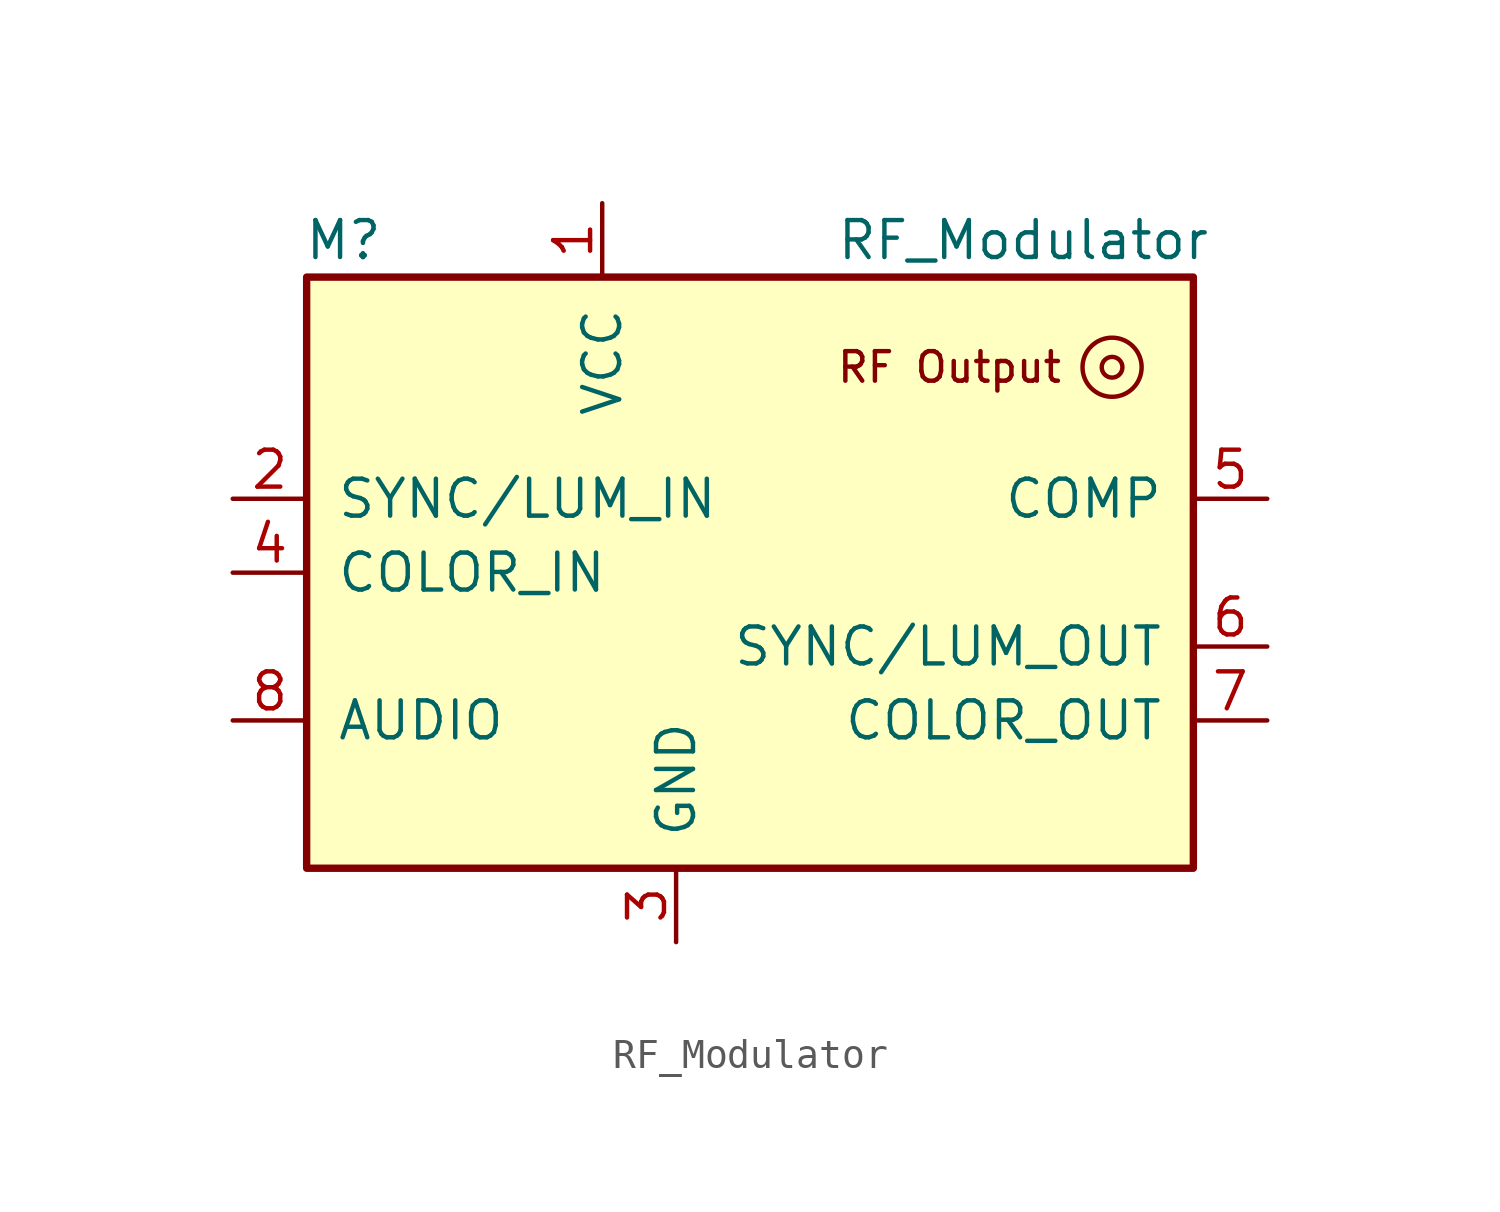
<source format=kicad_sym>
(kicad_symbol_lib
  (version 20220914)
  (generator kicad_symbol_editor)
  (symbol "RF_Modulator"
    (pin_names
      (offset 1.016))
    (property "Reference" "M"
      (at -13.97 11.43 0)
      (effects (font (size 1.27 1.27))))
    (property "Value" "RF_Modulator"
      (at 9.398 11.43 0)
      (effects (font (size 1.27 1.27))))
    (symbol "RF_Modulator_0_0"
      (circle (center 12.446 7.061) (radius 0.356) (stroke (width 0) (type solid)) (fill (type none)))
      (circle (center 12.446 7.061) (radius 1.016) (stroke (width 0) (type solid)) (fill (type none)))
      (text "RF Output" (at 6.858 7.061 0) (effects (font (size 1.016 1.016)))))
    (symbol "RF_Modulator_0_1"
      (rectangle (start -15.24 10.16) (end 15.24 -10.16) (stroke (width 0.254) (type solid)) (fill (type background))))
    (symbol "RF_Modulator_1_1"
      (pin power_in line (at -5.08 12.7 270) (length 2.54) (name "VCC" (effects (font (size 1.27 1.27)))) (number "1" (effects (font (size 1.27 1.27)))))
      (pin input line (at -17.78 2.54 0) (length 2.54) (name "SYNC/LUM_IN" (effects (font (size 1.27 1.27)))) (number "2" (effects (font (size 1.27 1.27)))))
      (pin power_in line (at -2.54 -12.7 90) (length 2.54) (name "GND" (effects (font (size 1.27 1.27)))) (number "3" (effects (font (size 1.27 1.27)))))
      (pin input line (at -17.78 0 0) (length 2.54) (name "COLOR_IN" (effects (font (size 1.27 1.27)))) (number "4" (effects (font (size 1.27 1.27)))))
      (pin output line (at 17.78 2.54 180) (length 2.54) (name "COMP" (effects (font (size 1.27 1.27)))) (number "5" (effects (font (size 1.27 1.27)))))
      (pin output line (at 17.78 -2.54 180) (length 2.54) (name "SYNC/LUM_OUT" (effects (font (size 1.27 1.27)))) (number "6" (effects (font (size 1.27 1.27)))))
      (pin output line (at 17.78 -5.08 180) (length 2.54) (name "COLOR_OUT" (effects (font (size 1.27 1.27)))) (number "7" (effects (font (size 1.27 1.27)))))
      (pin input line (at -17.78 -5.08 0) (length 2.54) (name "AUDIO" (effects (font (size 1.27 1.27)))) (number "8" (effects (font (size 1.27 1.27))))))))
</source>
